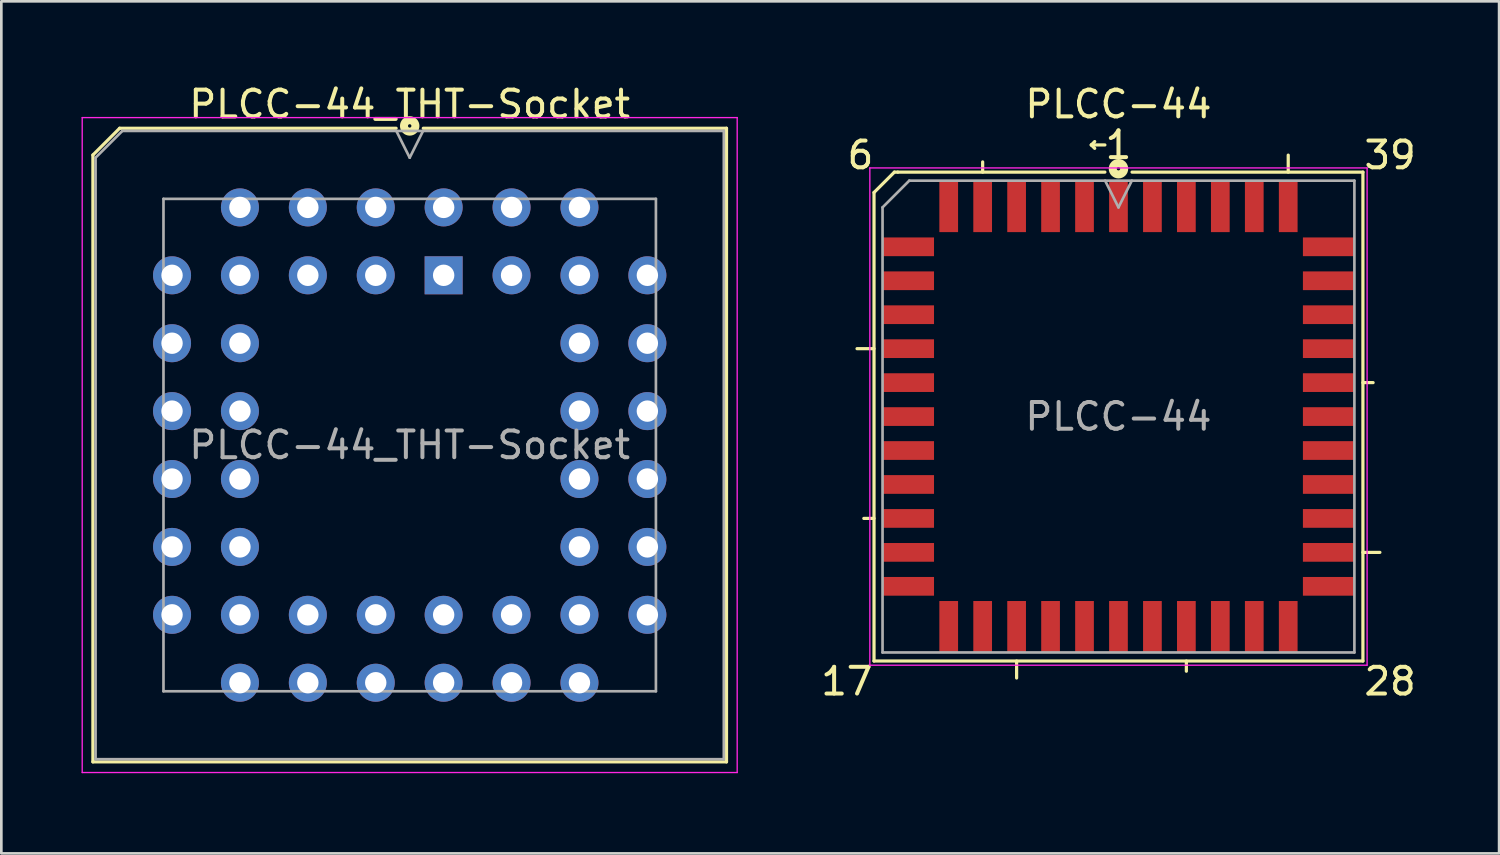
<source format=kicad_pcb>
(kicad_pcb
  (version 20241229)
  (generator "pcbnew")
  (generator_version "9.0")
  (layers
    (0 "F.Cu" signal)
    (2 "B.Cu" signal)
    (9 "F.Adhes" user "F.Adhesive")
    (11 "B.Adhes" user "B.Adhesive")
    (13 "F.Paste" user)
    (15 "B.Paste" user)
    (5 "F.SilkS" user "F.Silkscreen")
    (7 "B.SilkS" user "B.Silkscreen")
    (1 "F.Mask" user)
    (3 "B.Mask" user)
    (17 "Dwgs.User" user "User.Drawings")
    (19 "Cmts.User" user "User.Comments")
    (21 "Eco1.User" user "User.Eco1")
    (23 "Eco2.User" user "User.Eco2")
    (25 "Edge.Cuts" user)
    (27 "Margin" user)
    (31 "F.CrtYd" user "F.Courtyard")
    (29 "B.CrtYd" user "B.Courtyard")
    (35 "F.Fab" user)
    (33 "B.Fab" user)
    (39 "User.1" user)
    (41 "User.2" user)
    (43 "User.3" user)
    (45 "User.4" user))
  (footprint "PLCC-44"
    (layer "F.Cu")
    (at 38.787 12.532)
    (property "Reference" "PLCC-44" (at 0 -11.684 0) (layer "F.SilkS") (effects (font (size 1 1) (thickness 0.15))))
    (attr smd)
    (fp_line (start -9.144 -8.382) (end -9.144 9.144) (stroke (width 0.12) (type solid)) (layer "F.SilkS"))
    (fp_line (start -9.144 -2.54) (end -9.779 -2.54) (stroke (width 0.12) (type solid)) (layer "F.SilkS"))
    (fp_line (start -9.144 3.81) (end -9.525 3.81) (stroke (width 0.12) (type solid)) (layer "F.SilkS"))
    (fp_line (start -9.144 9.144) (end 9.144 9.144) (stroke (width 0.12) (type solid)) (layer "F.SilkS"))
    (fp_line (start -8.382 -9.144) (end -9.144 -8.382) (stroke (width 0.12) (type solid)) (layer "F.SilkS"))
    (fp_line (start -8.255 -9.144) (end -8.382 -9.144) (stroke (width 0.12) (type solid)) (layer "F.SilkS"))
    (fp_line (start -5.08 -9.144) (end -5.08 -9.525) (stroke (width 0.12) (type solid)) (layer "F.SilkS"))
    (fp_line (start -3.81 9.144) (end -3.81 9.779) (stroke (width 0.12) (type solid)) (layer "F.SilkS"))
    (fp_line (start -1.016 -10.16) (end -0.889 -10.287) (stroke (width 0.12) (type solid)) (layer "F.SilkS"))
    (fp_line (start -1.016 -10.16) (end -0.889 -10.033) (stroke (width 0.12) (type solid)) (layer "F.SilkS"))
    (fp_line (start -0.508 -10.16) (end -1.016 -10.16) (stroke (width 0.12) (type solid)) (layer "F.SilkS"))
    (fp_line (start -0.508 -9.144) (end -8.255 -9.144) (stroke (width 0.12) (type solid)) (layer "F.SilkS"))
    (fp_line (start 2.54 9.144) (end 2.54 9.525) (stroke (width 0.12) (type solid)) (layer "F.SilkS"))
    (fp_line (start 6.35 -9.144) (end 6.35 -9.779) (stroke (width 0.12) (type solid)) (layer "F.SilkS"))
    (fp_line (start 9.144 -9.144) (end 0.508 -9.144) (stroke (width 0.12) (type solid)) (layer "F.SilkS"))
    (fp_line (start 9.144 -1.27) (end 9.525 -1.27) (stroke (width 0.12) (type solid)) (layer "F.SilkS"))
    (fp_line (start 9.144 5.08) (end 9.779 5.08) (stroke (width 0.12) (type solid)) (layer "F.SilkS"))
    (fp_line (start 9.144 9.144) (end 9.144 -9.144) (stroke (width 0.12) (type solid)) (layer "F.SilkS"))
    (fp_circle (center 0 -9.271) (end 0.064 -9.271) (stroke (width 0.3) (type solid)) (fill no) (layer "F.SilkS"))
    (fp_line (start -9.3 -9.3) (end -9.3 9.3) (stroke (width 0.05) (type solid)) (layer "F.CrtYd"))
    (fp_line (start -9.3 9.3) (end 9.3 9.3) (stroke (width 0.05) (type solid)) (layer "F.CrtYd"))
    (fp_line (start 9.3 -9.3) (end -9.3 -9.3) (stroke (width 0.05) (type solid)) (layer "F.CrtYd"))
    (fp_line (start 9.3 9.3) (end 9.3 -9.3) (stroke (width 0.05) (type solid)) (layer "F.CrtYd"))
    (fp_line (start -8.825 -7.825) (end -8.825 8.825) (stroke (width 0.1) (type solid)) (layer "F.Fab"))
    (fp_line (start -8.825 8.825) (end 8.825 8.825) (stroke (width 0.1) (type solid)) (layer "F.Fab"))
    (fp_line (start -7.825 -8.825) (end -8.825 -7.825) (stroke (width 0.1) (type solid)) (layer "F.Fab"))
    (fp_line (start -0.5 -8.825) (end 0 -7.825) (stroke (width 0.1) (type solid)) (layer "F.Fab"))
    (fp_line (start 0 -7.825) (end 0.5 -8.825) (stroke (width 0.1) (type solid)) (layer "F.Fab"))
    (fp_line (start 8.825 -8.825) (end -7.825 -8.825) (stroke (width 0.1) (type solid)) (layer "F.Fab"))
    (fp_line (start 8.825 8.825) (end 8.825 -8.825) (stroke (width 0.1) (type solid)) (layer "F.Fab"))
    (fp_text user "1" (at 0 -10.16 0) (unlocked yes) (layer "F.SilkS") (effects (font (size 1 1) (thickness 0.15))))
    (fp_text user "39" (at 10.16 -9.779 0) (unlocked yes) (layer "F.SilkS") (effects (font (size 1 1) (thickness 0.15))))
    (fp_text user "17" (at -10.16 9.906 0) (unlocked yes) (layer "F.SilkS") (effects (font (size 1 1) (thickness 0.15))))
    (fp_text user "6" (at -9.652 -9.779 0) (unlocked yes) (layer "F.SilkS") (effects (font (size 1 1) (thickness 0.15))))
    (fp_text user "28" (at 10.16 9.906 0) (unlocked yes) (layer "F.SilkS") (effects (font (size 1 1) (thickness 0.15))))
    (fp_text user "${REFERENCE}" (at 0 0 0) (layer "F.Fab") (effects (font (size 1 1) (thickness 0.15))))
    (pad "1" smd rect (at 0 -7.862) (size 0.7 1.925) (layers "F.Cu" "F.Mask" "F.Paste"))
    (pad "2" smd rect (at -1.27 -7.862) (size 0.7 1.925) (layers "F.Cu" "F.Mask" "F.Paste"))
    (pad "3" smd rect (at -2.54 -7.862) (size 0.7 1.925) (layers "F.Cu" "F.Mask" "F.Paste"))
    (pad "4" smd rect (at -3.81 -7.862) (size 0.7 1.925) (layers "F.Cu" "F.Mask" "F.Paste"))
    (pad "5" smd rect (at -5.08 -7.862) (size 0.7 1.925) (layers "F.Cu" "F.Mask" "F.Paste"))
    (pad "6" smd rect (at -6.35 -7.862) (size 0.7 1.925) (layers "F.Cu" "F.Mask" "F.Paste"))
    (pad "7" smd rect (at -7.862 -6.35) (size 1.925 0.7) (layers "F.Cu" "F.Mask" "F.Paste"))
    (pad "8" smd rect (at -7.862 -5.08) (size 1.925 0.7) (layers "F.Cu" "F.Mask" "F.Paste"))
    (pad "9" smd rect (at -7.862 -3.81) (size 1.925 0.7) (layers "F.Cu" "F.Mask" "F.Paste"))
    (pad "10" smd rect (at -7.862 -2.54) (size 1.925 0.7) (layers "F.Cu" "F.Mask" "F.Paste"))
    (pad "11" smd rect (at -7.862 -1.27) (size 1.925 0.7) (layers "F.Cu" "F.Mask" "F.Paste"))
    (pad "12" smd rect (at -7.862 0) (size 1.925 0.7) (layers "F.Cu" "F.Mask" "F.Paste"))
    (pad "13" smd rect (at -7.862 1.27) (size 1.925 0.7) (layers "F.Cu" "F.Mask" "F.Paste"))
    (pad "14" smd rect (at -7.862 2.54) (size 1.925 0.7) (layers "F.Cu" "F.Mask" "F.Paste"))
    (pad "15" smd rect (at -7.862 3.81) (size 1.925 0.7) (layers "F.Cu" "F.Mask" "F.Paste"))
    (pad "16" smd rect (at -7.862 5.08) (size 1.925 0.7) (layers "F.Cu" "F.Mask" "F.Paste"))
    (pad "17" smd rect (at -7.862 6.35) (size 1.925 0.7) (layers "F.Cu" "F.Mask" "F.Paste"))
    (pad "18" smd rect (at -6.35 7.862) (size 0.7 1.925) (layers "F.Cu" "F.Mask" "F.Paste"))
    (pad "19" smd rect (at -5.08 7.862) (size 0.7 1.925) (layers "F.Cu" "F.Mask" "F.Paste"))
    (pad "20" smd rect (at -3.81 7.862) (size 0.7 1.925) (layers "F.Cu" "F.Mask" "F.Paste"))
    (pad "21" smd rect (at -2.54 7.862) (size 0.7 1.925) (layers "F.Cu" "F.Mask" "F.Paste"))
    (pad "22" smd rect (at -1.27 7.862) (size 0.7 1.925) (layers "F.Cu" "F.Mask" "F.Paste"))
    (pad "23" smd rect (at 0 7.862) (size 0.7 1.925) (layers "F.Cu" "F.Mask" "F.Paste"))
    (pad "24" smd rect (at 1.27 7.862) (size 0.7 1.925) (layers "F.Cu" "F.Mask" "F.Paste"))
    (pad "25" smd rect (at 2.54 7.862) (size 0.7 1.925) (layers "F.Cu" "F.Mask" "F.Paste"))
    (pad "26" smd rect (at 3.81 7.862) (size 0.7 1.925) (layers "F.Cu" "F.Mask" "F.Paste"))
    (pad "27" smd rect (at 5.08 7.862) (size 0.7 1.925) (layers "F.Cu" "F.Mask" "F.Paste"))
    (pad "28" smd rect (at 6.35 7.862) (size 0.7 1.925) (layers "F.Cu" "F.Mask" "F.Paste"))
    (pad "29" smd rect (at 7.862 6.35) (size 1.925 0.7) (layers "F.Cu" "F.Mask" "F.Paste"))
    (pad "30" smd rect (at 7.862 5.08) (size 1.925 0.7) (layers "F.Cu" "F.Mask" "F.Paste"))
    (pad "31" smd rect (at 7.862 3.81) (size 1.925 0.7) (layers "F.Cu" "F.Mask" "F.Paste"))
    (pad "32" smd rect (at 7.862 2.54) (size 1.925 0.7) (layers "F.Cu" "F.Mask" "F.Paste"))
    (pad "33" smd rect (at 7.862 1.27) (size 1.925 0.7) (layers "F.Cu" "F.Mask" "F.Paste"))
    (pad "34" smd rect (at 7.862 0) (size 1.925 0.7) (layers "F.Cu" "F.Mask" "F.Paste"))
    (pad "35" smd rect (at 7.862 -1.27) (size 1.925 0.7) (layers "F.Cu" "F.Mask" "F.Paste"))
    (pad "36" smd rect (at 7.862 -2.54) (size 1.925 0.7) (layers "F.Cu" "F.Mask" "F.Paste"))
    (pad "37" smd rect (at 7.862 -3.81) (size 1.925 0.7) (layers "F.Cu" "F.Mask" "F.Paste"))
    (pad "38" smd rect (at 7.862 -5.08) (size 1.925 0.7) (layers "F.Cu" "F.Mask" "F.Paste"))
    (pad "39" smd rect (at 7.862 -6.35) (size 1.925 0.7) (layers "F.Cu" "F.Mask" "F.Paste"))
    (pad "40" smd rect (at 6.35 -7.862) (size 0.7 1.925) (layers "F.Cu" "F.Mask" "F.Paste"))
    (pad "41" smd rect (at 5.08 -7.862) (size 0.7 1.925) (layers "F.Cu" "F.Mask" "F.Paste"))
    (pad "42" smd rect (at 3.81 -7.862) (size 0.7 1.925) (layers "F.Cu" "F.Mask" "F.Paste"))
    (pad "43" smd rect (at 2.54 -7.862) (size 0.7 1.925) (layers "F.Cu" "F.Mask" "F.Paste"))
    (pad "44" smd rect (at 1.27 -7.862) (size 0.7 1.925) (layers "F.Cu" "F.Mask" "F.Paste")))
  (footprint "PLCC-44_THT-Socket"
    (layer "F.Cu")
    (at 13.545 7.248)
    (property "Reference" "PLCC-44_THT-Socket" (at -1.27 -6.4 0) (layer "F.SilkS") (effects (font (size 1 1) (thickness 0.15))))
    (attr through_hole)
    (fp_line (start -13.12 -4.5) (end -13.12 18.2) (stroke (width 0.12) (type solid)) (layer "F.SilkS"))
    (fp_line (start -13.12 18.2) (end 10.58 18.2) (stroke (width 0.12) (type solid)) (layer "F.SilkS"))
    (fp_line (start -12.12 -5.5) (end -13.12 -4.5) (stroke (width 0.12) (type solid)) (layer "F.SilkS"))
    (fp_line (start -1.778 -5.5) (end -12.12 -5.5) (stroke (width 0.12) (type solid)) (layer "F.SilkS"))
    (fp_line (start 10.58 -5.5) (end -0.762 -5.5) (stroke (width 0.12) (type solid)) (layer "F.SilkS"))
    (fp_line (start 10.58 18.2) (end 10.58 -5.5) (stroke (width 0.12) (type solid)) (layer "F.SilkS"))
    (fp_circle (center -1.27 -5.588) (end -1.206 -5.588) (stroke (width 0.3) (type solid)) (fill no) (layer "F.SilkS"))
    (fp_line (start -13.52 -5.9) (end -13.52 18.6) (stroke (width 0.05) (type solid)) (layer "F.CrtYd"))
    (fp_line (start -13.52 18.6) (end 10.98 18.6) (stroke (width 0.05) (type solid)) (layer "F.CrtYd"))
    (fp_line (start 10.98 -5.9) (end -13.52 -5.9) (stroke (width 0.05) (type solid)) (layer "F.CrtYd"))
    (fp_line (start 10.98 18.6) (end 10.98 -5.9) (stroke (width 0.05) (type solid)) (layer "F.CrtYd"))
    (fp_line (start -13.02 -4.4) (end -13.02 18.1) (stroke (width 0.1) (type solid)) (layer "F.Fab"))
    (fp_line (start -13.02 18.1) (end 10.48 18.1) (stroke (width 0.1) (type solid)) (layer "F.Fab"))
    (fp_line (start -12.02 -5.4) (end -13.02 -4.4) (stroke (width 0.1) (type solid)) (layer "F.Fab"))
    (fp_line (start -10.48 -2.86) (end -10.48 15.56) (stroke (width 0.1) (type solid)) (layer "F.Fab"))
    (fp_line (start -10.48 15.56) (end 7.94 15.56) (stroke (width 0.1) (type solid)) (layer "F.Fab"))
    (fp_line (start -1.77 -5.4) (end -1.27 -4.4) (stroke (width 0.1) (type solid)) (layer "F.Fab"))
    (fp_line (start -1.27 -4.4) (end -0.77 -5.4) (stroke (width 0.1) (type solid)) (layer "F.Fab"))
    (fp_line (start 7.94 -2.86) (end -10.48 -2.86) (stroke (width 0.1) (type solid)) (layer "F.Fab"))
    (fp_line (start 7.94 15.56) (end 7.94 -2.86) (stroke (width 0.1) (type solid)) (layer "F.Fab"))
    (fp_line (start 10.48 -5.4) (end -12.02 -5.4) (stroke (width 0.1) (type solid)) (layer "F.Fab"))
    (fp_line (start 10.48 18.1) (end 10.48 -5.4) (stroke (width 0.1) (type solid)) (layer "F.Fab"))
    (fp_text user "${REFERENCE}" (at -1.27 6.35 0) (layer "F.Fab") (effects (font (size 1 1) (thickness 0.15))))
    (pad "1" thru_hole rect (at 0 0) (size 1.422 1.422) (drill 0.8) (layers "*.Cu" "*.Mask"))
    (pad "2" thru_hole circle (at -2.54 -2.54) (size 1.422 1.422) (drill 0.8) (layers "*.Cu" "*.Mask"))
    (pad "3" thru_hole circle (at -2.54 0) (size 1.422 1.422) (drill 0.8) (layers "*.Cu" "*.Mask"))
    (pad "4" thru_hole circle (at -5.08 -2.54) (size 1.422 1.422) (drill 0.8) (layers "*.Cu" "*.Mask"))
    (pad "5" thru_hole circle (at -5.08 0) (size 1.422 1.422) (drill 0.8) (layers "*.Cu" "*.Mask"))
    (pad "6" thru_hole circle (at -7.62 -2.54) (size 1.422 1.422) (drill 0.8) (layers "*.Cu" "*.Mask"))
    (pad "7" thru_hole circle (at -10.16 0) (size 1.422 1.422) (drill 0.8) (layers "*.Cu" "*.Mask"))
    (pad "8" thru_hole circle (at -7.62 0) (size 1.422 1.422) (drill 0.8) (layers "*.Cu" "*.Mask"))
    (pad "9" thru_hole circle (at -10.16 2.54) (size 1.422 1.422) (drill 0.8) (layers "*.Cu" "*.Mask"))
    (pad "10" thru_hole circle (at -7.62 2.54) (size 1.422 1.422) (drill 0.8) (layers "*.Cu" "*.Mask"))
    (pad "11" thru_hole circle (at -10.16 5.08) (size 1.422 1.422) (drill 0.8) (layers "*.Cu" "*.Mask"))
    (pad "12" thru_hole circle (at -7.62 5.08) (size 1.422 1.422) (drill 0.8) (layers "*.Cu" "*.Mask"))
    (pad "13" thru_hole circle (at -10.16 7.62) (size 1.422 1.422) (drill 0.8) (layers "*.Cu" "*.Mask"))
    (pad "14" thru_hole circle (at -7.62 7.62) (size 1.422 1.422) (drill 0.8) (layers "*.Cu" "*.Mask"))
    (pad "15" thru_hole circle (at -10.16 10.16) (size 1.422 1.422) (drill 0.8) (layers "*.Cu" "*.Mask"))
    (pad "16" thru_hole circle (at -7.62 10.16) (size 1.422 1.422) (drill 0.8) (layers "*.Cu" "*.Mask"))
    (pad "17" thru_hole circle (at -10.16 12.7) (size 1.422 1.422) (drill 0.8) (layers "*.Cu" "*.Mask"))
    (pad "18" thru_hole circle (at -7.62 15.24) (size 1.422 1.422) (drill 0.8) (layers "*.Cu" "*.Mask"))
    (pad "19" thru_hole circle (at -7.62 12.7) (size 1.422 1.422) (drill 0.8) (layers "*.Cu" "*.Mask"))
    (pad "20" thru_hole circle (at -5.08 15.24) (size 1.422 1.422) (drill 0.8) (layers "*.Cu" "*.Mask"))
    (pad "21" thru_hole circle (at -5.08 12.7) (size 1.422 1.422) (drill 0.8) (layers "*.Cu" "*.Mask"))
    (pad "22" thru_hole circle (at -2.54 15.24) (size 1.422 1.422) (drill 0.8) (layers "*.Cu" "*.Mask"))
    (pad "23" thru_hole circle (at -2.54 12.7) (size 1.422 1.422) (drill 0.8) (layers "*.Cu" "*.Mask"))
    (pad "24" thru_hole circle (at 0 15.24) (size 1.422 1.422) (drill 0.8) (layers "*.Cu" "*.Mask"))
    (pad "25" thru_hole circle (at 0 12.7) (size 1.422 1.422) (drill 0.8) (layers "*.Cu" "*.Mask"))
    (pad "26" thru_hole circle (at 2.54 15.24) (size 1.422 1.422) (drill 0.8) (layers "*.Cu" "*.Mask"))
    (pad "27" thru_hole circle (at 2.54 12.7) (size 1.422 1.422) (drill 0.8) (layers "*.Cu" "*.Mask"))
    (pad "28" thru_hole circle (at 5.08 15.24) (size 1.422 1.422) (drill 0.8) (layers "*.Cu" "*.Mask"))
    (pad "29" thru_hole circle (at 7.62 12.7) (size 1.422 1.422) (drill 0.8) (layers "*.Cu" "*.Mask"))
    (pad "30" thru_hole circle (at 5.08 12.7) (size 1.422 1.422) (drill 0.8) (layers "*.Cu" "*.Mask"))
    (pad "31" thru_hole circle (at 7.62 10.16) (size 1.422 1.422) (drill 0.8) (layers "*.Cu" "*.Mask"))
    (pad "32" thru_hole circle (at 5.08 10.16) (size 1.422 1.422) (drill 0.8) (layers "*.Cu" "*.Mask"))
    (pad "33" thru_hole circle (at 7.62 7.62) (size 1.422 1.422) (drill 0.8) (layers "*.Cu" "*.Mask"))
    (pad "34" thru_hole circle (at 5.08 7.62) (size 1.422 1.422) (drill 0.8) (layers "*.Cu" "*.Mask"))
    (pad "35" thru_hole circle (at 7.62 5.08) (size 1.422 1.422) (drill 0.8) (layers "*.Cu" "*.Mask"))
    (pad "36" thru_hole circle (at 5.08 5.08) (size 1.422 1.422) (drill 0.8) (layers "*.Cu" "*.Mask"))
    (pad "37" thru_hole circle (at 7.62 2.54) (size 1.422 1.422) (drill 0.8) (layers "*.Cu" "*.Mask"))
    (pad "38" thru_hole circle (at 5.08 2.54) (size 1.422 1.422) (drill 0.8) (layers "*.Cu" "*.Mask"))
    (pad "39" thru_hole circle (at 7.62 0) (size 1.422 1.422) (drill 0.8) (layers "*.Cu" "*.Mask"))
    (pad "40" thru_hole circle (at 5.08 -2.54) (size 1.422 1.422) (drill 0.8) (layers "*.Cu" "*.Mask"))
    (pad "41" thru_hole circle (at 5.08 0) (size 1.422 1.422) (drill 0.8) (layers "*.Cu" "*.Mask"))
    (pad "42" thru_hole circle (at 2.54 -2.54) (size 1.422 1.422) (drill 0.8) (layers "*.Cu" "*.Mask"))
    (pad "43" thru_hole circle (at 2.54 0) (size 1.422 1.422) (drill 0.8) (layers "*.Cu" "*.Mask"))
    (pad "44" thru_hole circle (at 0 -2.54) (size 1.422 1.422) (drill 0.8) (layers "*.Cu" "*.Mask")))
  (gr_rect
    (start -3 -3)
    (end 53.025 28.873)
    (stroke (width 0.1) (type default))
    (fill no)
    (layer "Edge.Cuts")))
</source>
